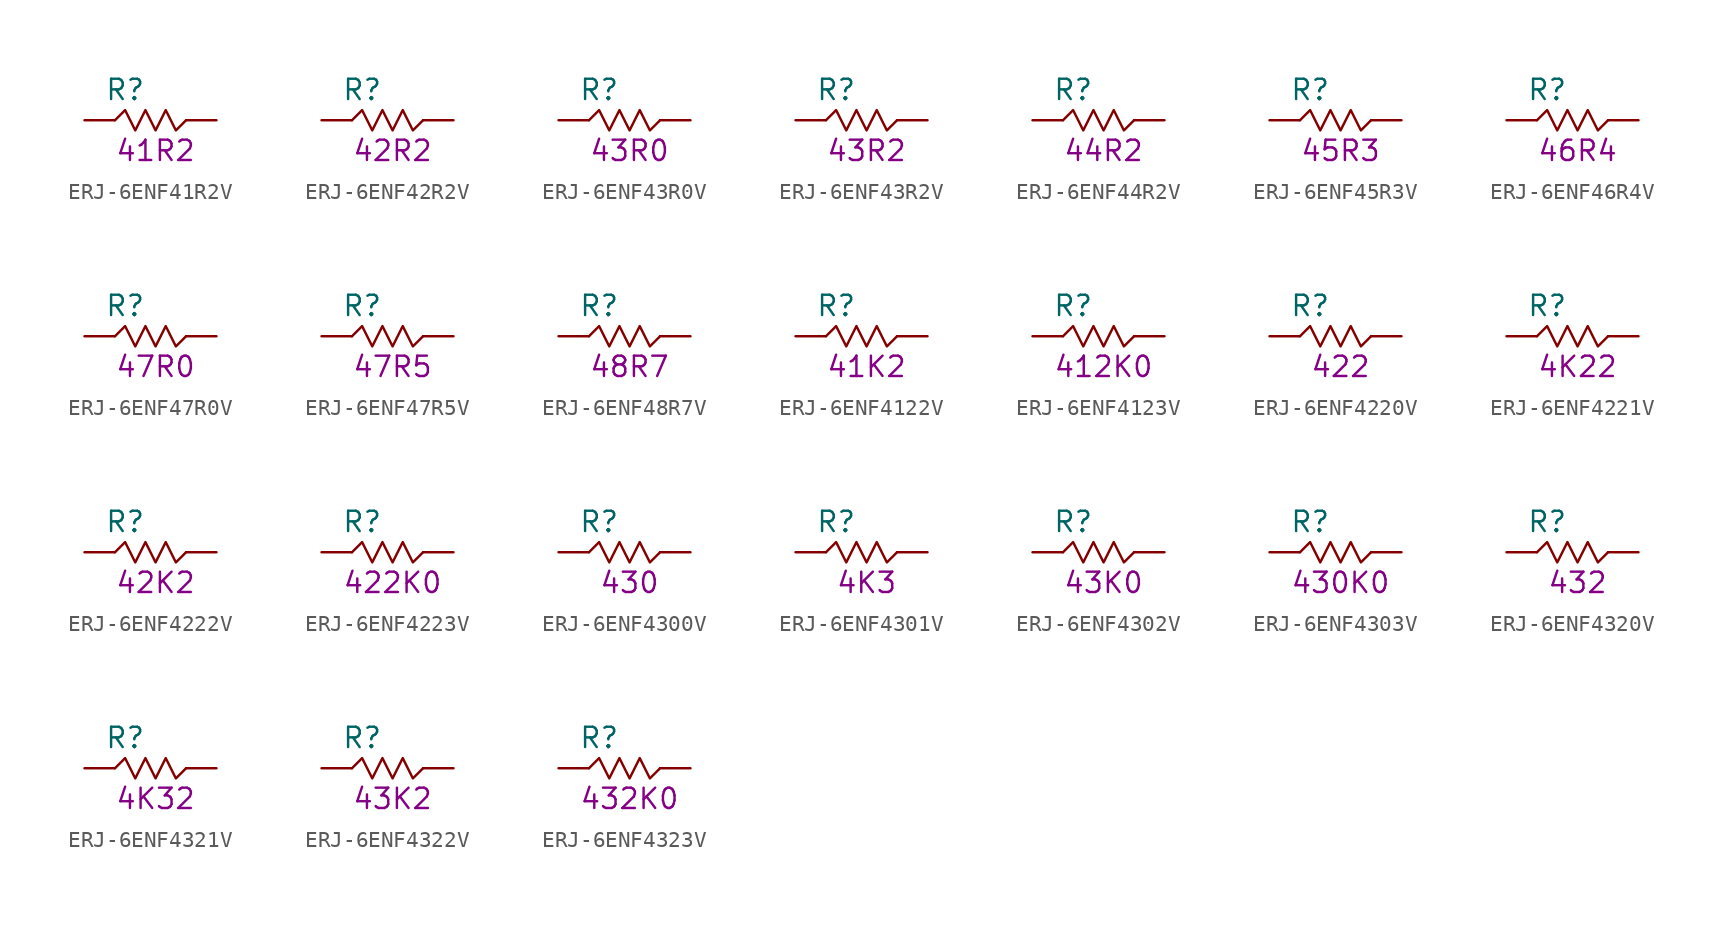
<source format=kicad_sym>
(kicad_symbol_lib
  (version 20211014)
  (generator KiCadLib_py)
  (symbol "ERJ-6ENF41R2V"
    (pin_numbers hide)
    (pin_names hide)
    (property "Reference" "R"
      (at -1.905 1.905 0)
      (effects (font (size 1.27 1.27))))
    (property "Val" "41R2"
      (at 0 -1.905 0)
      (effects (font (size 1.27 1.27))))
    (symbol "ERJ-6ENF41R2V_0_1"
      (polyline (pts (xy -2.54 0) (xy -1.905 0.635) (xy -1.27 -0.635) (xy -0.635 0.635) (xy 0 -0.635) (xy 0.635 0.635) (xy 1.27 -0.635) (xy 1.905 0)) (stroke (width 0) (type default) (color 0 0 0 0)) (fill (type none))))
    (symbol "ERJ-6ENF41R2V_1_1"
      (pin passive line (at -4.445 0 0) (length 1.905) (name "~" (effects (font (size 1.27 1.27)))) (number "1" (effects (font (size 1.27 1.27)))))
      (pin passive line (at 3.81 0 180) (length 1.905) (name "~" (effects (font (size 1.27 1.27)))) (number "2" (effects (font (size 1.27 1.27)))))))
  (symbol "ERJ-6ENF42R2V"
    (pin_numbers hide)
    (pin_names hide)
    (property "Reference" "R"
      (at -1.905 1.905 0)
      (effects (font (size 1.27 1.27))))
    (property "Val" "42R2"
      (at 0 -1.905 0)
      (effects (font (size 1.27 1.27))))
    (symbol "ERJ-6ENF42R2V_0_1"
      (polyline (pts (xy -2.54 0) (xy -1.905 0.635) (xy -1.27 -0.635) (xy -0.635 0.635) (xy 0 -0.635) (xy 0.635 0.635) (xy 1.27 -0.635) (xy 1.905 0)) (stroke (width 0) (type default) (color 0 0 0 0)) (fill (type none))))
    (symbol "ERJ-6ENF42R2V_1_1"
      (pin passive line (at -4.445 0 0) (length 1.905) (name "~" (effects (font (size 1.27 1.27)))) (number "1" (effects (font (size 1.27 1.27)))))
      (pin passive line (at 3.81 0 180) (length 1.905) (name "~" (effects (font (size 1.27 1.27)))) (number "2" (effects (font (size 1.27 1.27)))))))
  (symbol "ERJ-6ENF43R0V"
    (pin_numbers hide)
    (pin_names hide)
    (property "Reference" "R"
      (at -1.905 1.905 0)
      (effects (font (size 1.27 1.27))))
    (property "Val" "43R0"
      (at 0 -1.905 0)
      (effects (font (size 1.27 1.27))))
    (symbol "ERJ-6ENF43R0V_0_1"
      (polyline (pts (xy -2.54 0) (xy -1.905 0.635) (xy -1.27 -0.635) (xy -0.635 0.635) (xy 0 -0.635) (xy 0.635 0.635) (xy 1.27 -0.635) (xy 1.905 0)) (stroke (width 0) (type default) (color 0 0 0 0)) (fill (type none))))
    (symbol "ERJ-6ENF43R0V_1_1"
      (pin passive line (at -4.445 0 0) (length 1.905) (name "~" (effects (font (size 1.27 1.27)))) (number "1" (effects (font (size 1.27 1.27)))))
      (pin passive line (at 3.81 0 180) (length 1.905) (name "~" (effects (font (size 1.27 1.27)))) (number "2" (effects (font (size 1.27 1.27)))))))
  (symbol "ERJ-6ENF43R2V"
    (pin_numbers hide)
    (pin_names hide)
    (property "Reference" "R"
      (at -1.905 1.905 0)
      (effects (font (size 1.27 1.27))))
    (property "Val" "43R2"
      (at 0 -1.905 0)
      (effects (font (size 1.27 1.27))))
    (symbol "ERJ-6ENF43R2V_0_1"
      (polyline (pts (xy -2.54 0) (xy -1.905 0.635) (xy -1.27 -0.635) (xy -0.635 0.635) (xy 0 -0.635) (xy 0.635 0.635) (xy 1.27 -0.635) (xy 1.905 0)) (stroke (width 0) (type default) (color 0 0 0 0)) (fill (type none))))
    (symbol "ERJ-6ENF43R2V_1_1"
      (pin passive line (at -4.445 0 0) (length 1.905) (name "~" (effects (font (size 1.27 1.27)))) (number "1" (effects (font (size 1.27 1.27)))))
      (pin passive line (at 3.81 0 180) (length 1.905) (name "~" (effects (font (size 1.27 1.27)))) (number "2" (effects (font (size 1.27 1.27)))))))
  (symbol "ERJ-6ENF44R2V"
    (pin_numbers hide)
    (pin_names hide)
    (property "Reference" "R"
      (at -1.905 1.905 0)
      (effects (font (size 1.27 1.27))))
    (property "Val" "44R2"
      (at 0 -1.905 0)
      (effects (font (size 1.27 1.27))))
    (symbol "ERJ-6ENF44R2V_0_1"
      (polyline (pts (xy -2.54 0) (xy -1.905 0.635) (xy -1.27 -0.635) (xy -0.635 0.635) (xy 0 -0.635) (xy 0.635 0.635) (xy 1.27 -0.635) (xy 1.905 0)) (stroke (width 0) (type default) (color 0 0 0 0)) (fill (type none))))
    (symbol "ERJ-6ENF44R2V_1_1"
      (pin passive line (at -4.445 0 0) (length 1.905) (name "~" (effects (font (size 1.27 1.27)))) (number "1" (effects (font (size 1.27 1.27)))))
      (pin passive line (at 3.81 0 180) (length 1.905) (name "~" (effects (font (size 1.27 1.27)))) (number "2" (effects (font (size 1.27 1.27)))))))
  (symbol "ERJ-6ENF45R3V"
    (pin_numbers hide)
    (pin_names hide)
    (property "Reference" "R"
      (at -1.905 1.905 0)
      (effects (font (size 1.27 1.27))))
    (property "Val" "45R3"
      (at 0 -1.905 0)
      (effects (font (size 1.27 1.27))))
    (symbol "ERJ-6ENF45R3V_0_1"
      (polyline (pts (xy -2.54 0) (xy -1.905 0.635) (xy -1.27 -0.635) (xy -0.635 0.635) (xy 0 -0.635) (xy 0.635 0.635) (xy 1.27 -0.635) (xy 1.905 0)) (stroke (width 0) (type default) (color 0 0 0 0)) (fill (type none))))
    (symbol "ERJ-6ENF45R3V_1_1"
      (pin passive line (at -4.445 0 0) (length 1.905) (name "~" (effects (font (size 1.27 1.27)))) (number "1" (effects (font (size 1.27 1.27)))))
      (pin passive line (at 3.81 0 180) (length 1.905) (name "~" (effects (font (size 1.27 1.27)))) (number "2" (effects (font (size 1.27 1.27)))))))
  (symbol "ERJ-6ENF46R4V"
    (pin_numbers hide)
    (pin_names hide)
    (property "Reference" "R"
      (at -1.905 1.905 0)
      (effects (font (size 1.27 1.27))))
    (property "Val" "46R4"
      (at 0 -1.905 0)
      (effects (font (size 1.27 1.27))))
    (symbol "ERJ-6ENF46R4V_0_1"
      (polyline (pts (xy -2.54 0) (xy -1.905 0.635) (xy -1.27 -0.635) (xy -0.635 0.635) (xy 0 -0.635) (xy 0.635 0.635) (xy 1.27 -0.635) (xy 1.905 0)) (stroke (width 0) (type default) (color 0 0 0 0)) (fill (type none))))
    (symbol "ERJ-6ENF46R4V_1_1"
      (pin passive line (at -4.445 0 0) (length 1.905) (name "~" (effects (font (size 1.27 1.27)))) (number "1" (effects (font (size 1.27 1.27)))))
      (pin passive line (at 3.81 0 180) (length 1.905) (name "~" (effects (font (size 1.27 1.27)))) (number "2" (effects (font (size 1.27 1.27)))))))
  (symbol "ERJ-6ENF47R0V"
    (pin_numbers hide)
    (pin_names hide)
    (property "Reference" "R"
      (at -1.905 1.905 0)
      (effects (font (size 1.27 1.27))))
    (property "Val" "47R0"
      (at 0 -1.905 0)
      (effects (font (size 1.27 1.27))))
    (symbol "ERJ-6ENF47R0V_0_1"
      (polyline (pts (xy -2.54 0) (xy -1.905 0.635) (xy -1.27 -0.635) (xy -0.635 0.635) (xy 0 -0.635) (xy 0.635 0.635) (xy 1.27 -0.635) (xy 1.905 0)) (stroke (width 0) (type default) (color 0 0 0 0)) (fill (type none))))
    (symbol "ERJ-6ENF47R0V_1_1"
      (pin passive line (at -4.445 0 0) (length 1.905) (name "~" (effects (font (size 1.27 1.27)))) (number "1" (effects (font (size 1.27 1.27)))))
      (pin passive line (at 3.81 0 180) (length 1.905) (name "~" (effects (font (size 1.27 1.27)))) (number "2" (effects (font (size 1.27 1.27)))))))
  (symbol "ERJ-6ENF47R5V"
    (pin_numbers hide)
    (pin_names hide)
    (property "Reference" "R"
      (at -1.905 1.905 0)
      (effects (font (size 1.27 1.27))))
    (property "Val" "47R5"
      (at 0 -1.905 0)
      (effects (font (size 1.27 1.27))))
    (symbol "ERJ-6ENF47R5V_0_1"
      (polyline (pts (xy -2.54 0) (xy -1.905 0.635) (xy -1.27 -0.635) (xy -0.635 0.635) (xy 0 -0.635) (xy 0.635 0.635) (xy 1.27 -0.635) (xy 1.905 0)) (stroke (width 0) (type default) (color 0 0 0 0)) (fill (type none))))
    (symbol "ERJ-6ENF47R5V_1_1"
      (pin passive line (at -4.445 0 0) (length 1.905) (name "~" (effects (font (size 1.27 1.27)))) (number "1" (effects (font (size 1.27 1.27)))))
      (pin passive line (at 3.81 0 180) (length 1.905) (name "~" (effects (font (size 1.27 1.27)))) (number "2" (effects (font (size 1.27 1.27)))))))
  (symbol "ERJ-6ENF48R7V"
    (pin_numbers hide)
    (pin_names hide)
    (property "Reference" "R"
      (at -1.905 1.905 0)
      (effects (font (size 1.27 1.27))))
    (property "Val" "48R7"
      (at 0 -1.905 0)
      (effects (font (size 1.27 1.27))))
    (symbol "ERJ-6ENF48R7V_0_1"
      (polyline (pts (xy -2.54 0) (xy -1.905 0.635) (xy -1.27 -0.635) (xy -0.635 0.635) (xy 0 -0.635) (xy 0.635 0.635) (xy 1.27 -0.635) (xy 1.905 0)) (stroke (width 0) (type default) (color 0 0 0 0)) (fill (type none))))
    (symbol "ERJ-6ENF48R7V_1_1"
      (pin passive line (at -4.445 0 0) (length 1.905) (name "~" (effects (font (size 1.27 1.27)))) (number "1" (effects (font (size 1.27 1.27)))))
      (pin passive line (at 3.81 0 180) (length 1.905) (name "~" (effects (font (size 1.27 1.27)))) (number "2" (effects (font (size 1.27 1.27)))))))
  (symbol "ERJ-6ENF4122V"
    (pin_numbers hide)
    (pin_names hide)
    (property "Reference" "R"
      (at -1.905 1.905 0)
      (effects (font (size 1.27 1.27))))
    (property "Val" "41K2"
      (at 0 -1.905 0)
      (effects (font (size 1.27 1.27))))
    (symbol "ERJ-6ENF4122V_0_1"
      (polyline (pts (xy -2.54 0) (xy -1.905 0.635) (xy -1.27 -0.635) (xy -0.635 0.635) (xy 0 -0.635) (xy 0.635 0.635) (xy 1.27 -0.635) (xy 1.905 0)) (stroke (width 0) (type default) (color 0 0 0 0)) (fill (type none))))
    (symbol "ERJ-6ENF4122V_1_1"
      (pin passive line (at -4.445 0 0) (length 1.905) (name "~" (effects (font (size 1.27 1.27)))) (number "1" (effects (font (size 1.27 1.27)))))
      (pin passive line (at 3.81 0 180) (length 1.905) (name "~" (effects (font (size 1.27 1.27)))) (number "2" (effects (font (size 1.27 1.27)))))))
  (symbol "ERJ-6ENF4123V"
    (pin_numbers hide)
    (pin_names hide)
    (property "Reference" "R"
      (at -1.905 1.905 0)
      (effects (font (size 1.27 1.27))))
    (property "Val" "412K0"
      (at 0 -1.905 0)
      (effects (font (size 1.27 1.27))))
    (symbol "ERJ-6ENF4123V_0_1"
      (polyline (pts (xy -2.54 0) (xy -1.905 0.635) (xy -1.27 -0.635) (xy -0.635 0.635) (xy 0 -0.635) (xy 0.635 0.635) (xy 1.27 -0.635) (xy 1.905 0)) (stroke (width 0) (type default) (color 0 0 0 0)) (fill (type none))))
    (symbol "ERJ-6ENF4123V_1_1"
      (pin passive line (at -4.445 0 0) (length 1.905) (name "~" (effects (font (size 1.27 1.27)))) (number "1" (effects (font (size 1.27 1.27)))))
      (pin passive line (at 3.81 0 180) (length 1.905) (name "~" (effects (font (size 1.27 1.27)))) (number "2" (effects (font (size 1.27 1.27)))))))
  (symbol "ERJ-6ENF4220V"
    (pin_numbers hide)
    (pin_names hide)
    (property "Reference" "R"
      (at -1.905 1.905 0)
      (effects (font (size 1.27 1.27))))
    (property "Val" "422"
      (at 0 -1.905 0)
      (effects (font (size 1.27 1.27))))
    (symbol "ERJ-6ENF4220V_0_1"
      (polyline (pts (xy -2.54 0) (xy -1.905 0.635) (xy -1.27 -0.635) (xy -0.635 0.635) (xy 0 -0.635) (xy 0.635 0.635) (xy 1.27 -0.635) (xy 1.905 0)) (stroke (width 0) (type default) (color 0 0 0 0)) (fill (type none))))
    (symbol "ERJ-6ENF4220V_1_1"
      (pin passive line (at -4.445 0 0) (length 1.905) (name "~" (effects (font (size 1.27 1.27)))) (number "1" (effects (font (size 1.27 1.27)))))
      (pin passive line (at 3.81 0 180) (length 1.905) (name "~" (effects (font (size 1.27 1.27)))) (number "2" (effects (font (size 1.27 1.27)))))))
  (symbol "ERJ-6ENF4221V"
    (pin_numbers hide)
    (pin_names hide)
    (property "Reference" "R"
      (at -1.905 1.905 0)
      (effects (font (size 1.27 1.27))))
    (property "Val" "4K22"
      (at 0 -1.905 0)
      (effects (font (size 1.27 1.27))))
    (symbol "ERJ-6ENF4221V_0_1"
      (polyline (pts (xy -2.54 0) (xy -1.905 0.635) (xy -1.27 -0.635) (xy -0.635 0.635) (xy 0 -0.635) (xy 0.635 0.635) (xy 1.27 -0.635) (xy 1.905 0)) (stroke (width 0) (type default) (color 0 0 0 0)) (fill (type none))))
    (symbol "ERJ-6ENF4221V_1_1"
      (pin passive line (at -4.445 0 0) (length 1.905) (name "~" (effects (font (size 1.27 1.27)))) (number "1" (effects (font (size 1.27 1.27)))))
      (pin passive line (at 3.81 0 180) (length 1.905) (name "~" (effects (font (size 1.27 1.27)))) (number "2" (effects (font (size 1.27 1.27)))))))
  (symbol "ERJ-6ENF4222V"
    (pin_numbers hide)
    (pin_names hide)
    (property "Reference" "R"
      (at -1.905 1.905 0)
      (effects (font (size 1.27 1.27))))
    (property "Val" "42K2"
      (at 0 -1.905 0)
      (effects (font (size 1.27 1.27))))
    (symbol "ERJ-6ENF4222V_0_1"
      (polyline (pts (xy -2.54 0) (xy -1.905 0.635) (xy -1.27 -0.635) (xy -0.635 0.635) (xy 0 -0.635) (xy 0.635 0.635) (xy 1.27 -0.635) (xy 1.905 0)) (stroke (width 0) (type default) (color 0 0 0 0)) (fill (type none))))
    (symbol "ERJ-6ENF4222V_1_1"
      (pin passive line (at -4.445 0 0) (length 1.905) (name "~" (effects (font (size 1.27 1.27)))) (number "1" (effects (font (size 1.27 1.27)))))
      (pin passive line (at 3.81 0 180) (length 1.905) (name "~" (effects (font (size 1.27 1.27)))) (number "2" (effects (font (size 1.27 1.27)))))))
  (symbol "ERJ-6ENF4223V"
    (pin_numbers hide)
    (pin_names hide)
    (property "Reference" "R"
      (at -1.905 1.905 0)
      (effects (font (size 1.27 1.27))))
    (property "Val" "422K0"
      (at 0 -1.905 0)
      (effects (font (size 1.27 1.27))))
    (symbol "ERJ-6ENF4223V_0_1"
      (polyline (pts (xy -2.54 0) (xy -1.905 0.635) (xy -1.27 -0.635) (xy -0.635 0.635) (xy 0 -0.635) (xy 0.635 0.635) (xy 1.27 -0.635) (xy 1.905 0)) (stroke (width 0) (type default) (color 0 0 0 0)) (fill (type none))))
    (symbol "ERJ-6ENF4223V_1_1"
      (pin passive line (at -4.445 0 0) (length 1.905) (name "~" (effects (font (size 1.27 1.27)))) (number "1" (effects (font (size 1.27 1.27)))))
      (pin passive line (at 3.81 0 180) (length 1.905) (name "~" (effects (font (size 1.27 1.27)))) (number "2" (effects (font (size 1.27 1.27)))))))
  (symbol "ERJ-6ENF4300V"
    (pin_numbers hide)
    (pin_names hide)
    (property "Reference" "R"
      (at -1.905 1.905 0)
      (effects (font (size 1.27 1.27))))
    (property "Val" "430"
      (at 0 -1.905 0)
      (effects (font (size 1.27 1.27))))
    (symbol "ERJ-6ENF4300V_0_1"
      (polyline (pts (xy -2.54 0) (xy -1.905 0.635) (xy -1.27 -0.635) (xy -0.635 0.635) (xy 0 -0.635) (xy 0.635 0.635) (xy 1.27 -0.635) (xy 1.905 0)) (stroke (width 0) (type default) (color 0 0 0 0)) (fill (type none))))
    (symbol "ERJ-6ENF4300V_1_1"
      (pin passive line (at -4.445 0 0) (length 1.905) (name "~" (effects (font (size 1.27 1.27)))) (number "1" (effects (font (size 1.27 1.27)))))
      (pin passive line (at 3.81 0 180) (length 1.905) (name "~" (effects (font (size 1.27 1.27)))) (number "2" (effects (font (size 1.27 1.27)))))))
  (symbol "ERJ-6ENF4301V"
    (pin_numbers hide)
    (pin_names hide)
    (property "Reference" "R"
      (at -1.905 1.905 0)
      (effects (font (size 1.27 1.27))))
    (property "Val" "4K3"
      (at 0 -1.905 0)
      (effects (font (size 1.27 1.27))))
    (symbol "ERJ-6ENF4301V_0_1"
      (polyline (pts (xy -2.54 0) (xy -1.905 0.635) (xy -1.27 -0.635) (xy -0.635 0.635) (xy 0 -0.635) (xy 0.635 0.635) (xy 1.27 -0.635) (xy 1.905 0)) (stroke (width 0) (type default) (color 0 0 0 0)) (fill (type none))))
    (symbol "ERJ-6ENF4301V_1_1"
      (pin passive line (at -4.445 0 0) (length 1.905) (name "~" (effects (font (size 1.27 1.27)))) (number "1" (effects (font (size 1.27 1.27)))))
      (pin passive line (at 3.81 0 180) (length 1.905) (name "~" (effects (font (size 1.27 1.27)))) (number "2" (effects (font (size 1.27 1.27)))))))
  (symbol "ERJ-6ENF4302V"
    (pin_numbers hide)
    (pin_names hide)
    (property "Reference" "R"
      (at -1.905 1.905 0)
      (effects (font (size 1.27 1.27))))
    (property "Val" "43K0"
      (at 0 -1.905 0)
      (effects (font (size 1.27 1.27))))
    (symbol "ERJ-6ENF4302V_0_1"
      (polyline (pts (xy -2.54 0) (xy -1.905 0.635) (xy -1.27 -0.635) (xy -0.635 0.635) (xy 0 -0.635) (xy 0.635 0.635) (xy 1.27 -0.635) (xy 1.905 0)) (stroke (width 0) (type default) (color 0 0 0 0)) (fill (type none))))
    (symbol "ERJ-6ENF4302V_1_1"
      (pin passive line (at -4.445 0 0) (length 1.905) (name "~" (effects (font (size 1.27 1.27)))) (number "1" (effects (font (size 1.27 1.27)))))
      (pin passive line (at 3.81 0 180) (length 1.905) (name "~" (effects (font (size 1.27 1.27)))) (number "2" (effects (font (size 1.27 1.27)))))))
  (symbol "ERJ-6ENF4303V"
    (pin_numbers hide)
    (pin_names hide)
    (property "Reference" "R"
      (at -1.905 1.905 0)
      (effects (font (size 1.27 1.27))))
    (property "Val" "430K0"
      (at 0 -1.905 0)
      (effects (font (size 1.27 1.27))))
    (symbol "ERJ-6ENF4303V_0_1"
      (polyline (pts (xy -2.54 0) (xy -1.905 0.635) (xy -1.27 -0.635) (xy -0.635 0.635) (xy 0 -0.635) (xy 0.635 0.635) (xy 1.27 -0.635) (xy 1.905 0)) (stroke (width 0) (type default) (color 0 0 0 0)) (fill (type none))))
    (symbol "ERJ-6ENF4303V_1_1"
      (pin passive line (at -4.445 0 0) (length 1.905) (name "~" (effects (font (size 1.27 1.27)))) (number "1" (effects (font (size 1.27 1.27)))))
      (pin passive line (at 3.81 0 180) (length 1.905) (name "~" (effects (font (size 1.27 1.27)))) (number "2" (effects (font (size 1.27 1.27)))))))
  (symbol "ERJ-6ENF4320V"
    (pin_numbers hide)
    (pin_names hide)
    (property "Reference" "R"
      (at -1.905 1.905 0)
      (effects (font (size 1.27 1.27))))
    (property "Val" "432"
      (at 0 -1.905 0)
      (effects (font (size 1.27 1.27))))
    (symbol "ERJ-6ENF4320V_0_1"
      (polyline (pts (xy -2.54 0) (xy -1.905 0.635) (xy -1.27 -0.635) (xy -0.635 0.635) (xy 0 -0.635) (xy 0.635 0.635) (xy 1.27 -0.635) (xy 1.905 0)) (stroke (width 0) (type default) (color 0 0 0 0)) (fill (type none))))
    (symbol "ERJ-6ENF4320V_1_1"
      (pin passive line (at -4.445 0 0) (length 1.905) (name "~" (effects (font (size 1.27 1.27)))) (number "1" (effects (font (size 1.27 1.27)))))
      (pin passive line (at 3.81 0 180) (length 1.905) (name "~" (effects (font (size 1.27 1.27)))) (number "2" (effects (font (size 1.27 1.27)))))))
  (symbol "ERJ-6ENF4321V"
    (pin_numbers hide)
    (pin_names hide)
    (property "Reference" "R"
      (at -1.905 1.905 0)
      (effects (font (size 1.27 1.27))))
    (property "Val" "4K32"
      (at 0 -1.905 0)
      (effects (font (size 1.27 1.27))))
    (symbol "ERJ-6ENF4321V_0_1"
      (polyline (pts (xy -2.54 0) (xy -1.905 0.635) (xy -1.27 -0.635) (xy -0.635 0.635) (xy 0 -0.635) (xy 0.635 0.635) (xy 1.27 -0.635) (xy 1.905 0)) (stroke (width 0) (type default) (color 0 0 0 0)) (fill (type none))))
    (symbol "ERJ-6ENF4321V_1_1"
      (pin passive line (at -4.445 0 0) (length 1.905) (name "~" (effects (font (size 1.27 1.27)))) (number "1" (effects (font (size 1.27 1.27)))))
      (pin passive line (at 3.81 0 180) (length 1.905) (name "~" (effects (font (size 1.27 1.27)))) (number "2" (effects (font (size 1.27 1.27)))))))
  (symbol "ERJ-6ENF4322V"
    (pin_numbers hide)
    (pin_names hide)
    (property "Reference" "R"
      (at -1.905 1.905 0)
      (effects (font (size 1.27 1.27))))
    (property "Val" "43K2"
      (at 0 -1.905 0)
      (effects (font (size 1.27 1.27))))
    (symbol "ERJ-6ENF4322V_0_1"
      (polyline (pts (xy -2.54 0) (xy -1.905 0.635) (xy -1.27 -0.635) (xy -0.635 0.635) (xy 0 -0.635) (xy 0.635 0.635) (xy 1.27 -0.635) (xy 1.905 0)) (stroke (width 0) (type default) (color 0 0 0 0)) (fill (type none))))
    (symbol "ERJ-6ENF4322V_1_1"
      (pin passive line (at -4.445 0 0) (length 1.905) (name "~" (effects (font (size 1.27 1.27)))) (number "1" (effects (font (size 1.27 1.27)))))
      (pin passive line (at 3.81 0 180) (length 1.905) (name "~" (effects (font (size 1.27 1.27)))) (number "2" (effects (font (size 1.27 1.27)))))))
  (symbol "ERJ-6ENF4323V"
    (pin_numbers hide)
    (pin_names hide)
    (property "Reference" "R"
      (at -1.905 1.905 0)
      (effects (font (size 1.27 1.27))))
    (property "Val" "432K0"
      (at 0 -1.905 0)
      (effects (font (size 1.27 1.27))))
    (symbol "ERJ-6ENF4323V_0_1"
      (polyline (pts (xy -2.54 0) (xy -1.905 0.635) (xy -1.27 -0.635) (xy -0.635 0.635) (xy 0 -0.635) (xy 0.635 0.635) (xy 1.27 -0.635) (xy 1.905 0)) (stroke (width 0) (type default) (color 0 0 0 0)) (fill (type none))))
    (symbol "ERJ-6ENF4323V_1_1"
      (pin passive line (at -4.445 0 0) (length 1.905) (name "~" (effects (font (size 1.27 1.27)))) (number "1" (effects (font (size 1.27 1.27)))))
      (pin passive line (at 3.81 0 180) (length 1.905) (name "~" (effects (font (size 1.27 1.27)))) (number "2" (effects (font (size 1.27 1.27))))))))
</source>
